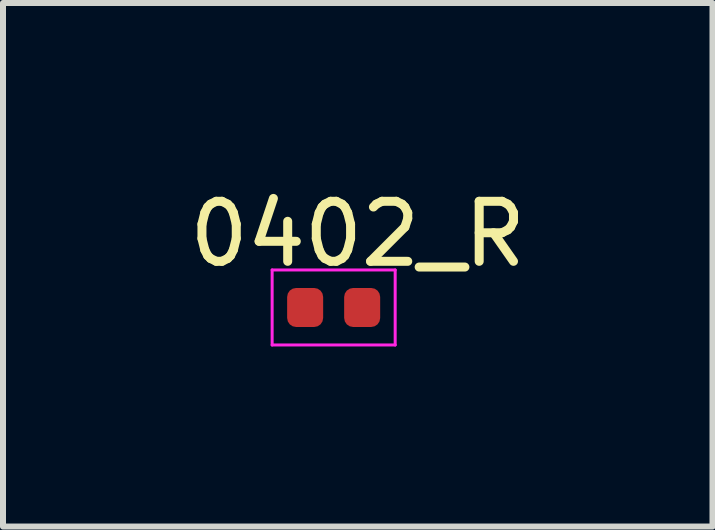
<source format=kicad_pcb>
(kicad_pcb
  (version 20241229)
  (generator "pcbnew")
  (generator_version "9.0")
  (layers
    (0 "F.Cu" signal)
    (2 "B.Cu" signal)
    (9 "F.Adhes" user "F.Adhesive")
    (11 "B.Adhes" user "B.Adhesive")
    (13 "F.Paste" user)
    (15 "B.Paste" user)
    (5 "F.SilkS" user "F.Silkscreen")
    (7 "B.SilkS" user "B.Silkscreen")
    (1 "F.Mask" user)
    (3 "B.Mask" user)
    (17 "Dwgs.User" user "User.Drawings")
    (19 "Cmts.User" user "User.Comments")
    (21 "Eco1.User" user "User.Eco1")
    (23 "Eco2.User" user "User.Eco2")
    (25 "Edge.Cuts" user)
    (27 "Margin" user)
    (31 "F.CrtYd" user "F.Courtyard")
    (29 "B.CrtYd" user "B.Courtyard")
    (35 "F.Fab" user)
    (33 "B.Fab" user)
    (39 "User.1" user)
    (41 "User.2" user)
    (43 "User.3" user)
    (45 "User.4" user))
  (footprint "0402_R"
    (layer "F.Cu")
    (at 2.509 2.073)
    (property "Reference" "0402_R" (at 0.401 -1.224 0) (layer "F.SilkS") (effects (font (size 1 1) (thickness 0.15))))
    (attr smd)
    (fp_line (start -1.025 -0.625) (end 1.025 -0.625) (stroke (width 0.05) (type solid)) (layer "F.CrtYd"))
    (fp_line (start -1.025 0.625) (end -1.025 -0.625) (stroke (width 0.05) (type solid)) (layer "F.CrtYd"))
    (fp_line (start 1.025 -0.625) (end 1.025 0.625) (stroke (width 0.05) (type solid)) (layer "F.CrtYd"))
    (fp_line (start 1.025 0.625) (end -1.025 0.625) (stroke (width 0.05) (type solid)) (layer "F.CrtYd"))
    (pad "1" smd roundrect (at -0.475 0) (size 0.6 0.65) (layers "F.Cu" "F.Mask" "F.Paste") (roundrect_rratio 0.25))
    (pad "2" smd roundrect (at 0.475 0) (size 0.6 0.65) (layers "F.Cu" "F.Mask" "F.Paste") (roundrect_rratio 0.25)))
  (gr_rect
    (start -3 -3)
    (end 8.821 5.723)
    (stroke (width 0.1) (type default))
    (fill no)
    (layer "Edge.Cuts")))
</source>
